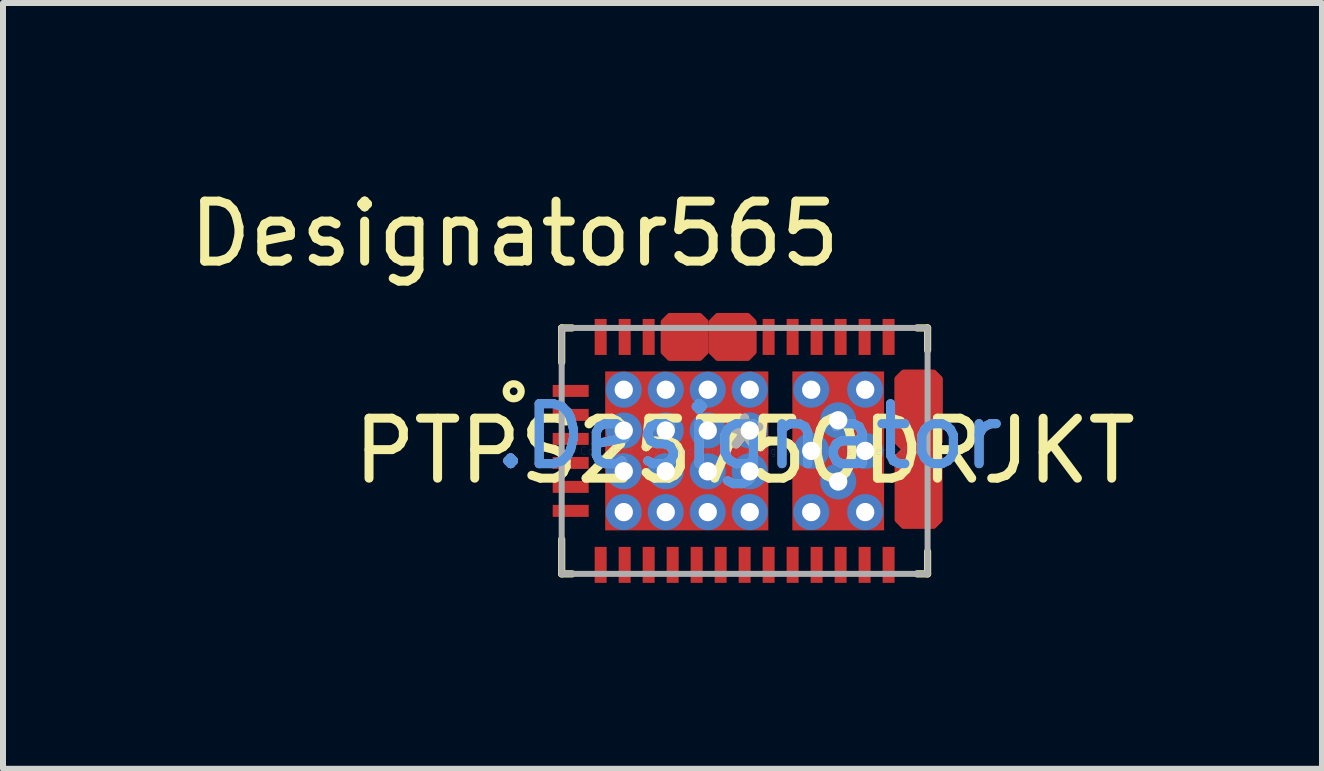
<source format=kicad_pcb>
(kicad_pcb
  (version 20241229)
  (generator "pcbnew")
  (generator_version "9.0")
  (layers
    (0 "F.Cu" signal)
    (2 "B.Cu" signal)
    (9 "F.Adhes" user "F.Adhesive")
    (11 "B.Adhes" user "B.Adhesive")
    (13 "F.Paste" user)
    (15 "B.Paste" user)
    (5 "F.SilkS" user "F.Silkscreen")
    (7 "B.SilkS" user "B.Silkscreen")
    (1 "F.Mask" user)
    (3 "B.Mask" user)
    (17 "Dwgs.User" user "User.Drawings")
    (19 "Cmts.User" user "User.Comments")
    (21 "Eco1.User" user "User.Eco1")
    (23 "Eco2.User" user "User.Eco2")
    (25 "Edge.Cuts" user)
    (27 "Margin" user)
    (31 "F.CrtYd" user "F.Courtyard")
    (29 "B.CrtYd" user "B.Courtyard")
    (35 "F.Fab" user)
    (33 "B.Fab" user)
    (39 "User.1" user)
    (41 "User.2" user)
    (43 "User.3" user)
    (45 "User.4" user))
  (footprint "PTPS25750DRJKT"
    (layer "F.Cu")
    (at 9.364 4.467)
    (property "Reference" "PTPS25750DRJKT" (at 0 0 0) (layer "F.SilkS") (effects (font (size 1 1) (thickness 0.15))))
    (attr through_hole)
    (fp_poly (pts (xy -1.35 -2.15) (xy -1.25 -2.25) (xy -0.75 -2.25) (xy -0.65 -2.15) (xy -0.65 -1.65) (xy -0.75 -1.55) (xy -1.25 -1.55) (xy -1.35 -1.65)) (stroke (width 0.1) (type solid)) (fill yes) (layer "F.Cu"))
    (fp_poly (pts (xy -0.55 -2.15) (xy -0.45 -2.25) (xy 0.05 -2.25) (xy 0.15 -2.15) (xy 0.15 -1.65) (xy 0.05 -1.55) (xy -0.45 -1.55) (xy -0.55 -1.65)) (stroke (width 0.1) (type solid)) (fill yes) (layer "F.Cu"))
    (fp_poly (pts (xy 2.55 -1.203) (xy 2.65 -1.303) (xy 3.15 -1.303) (xy 3.25 -1.203) (xy 3.25 -0.15) (xy 3.15 -0.05) (xy 2.65 -0.05) (xy 2.55 -0.15)) (stroke (width 0.1) (type solid)) (fill yes) (layer "F.Cu"))
    (fp_poly (pts (xy 2.55 -1.203) (xy 2.65 -1.303) (xy 3.15 -1.303) (xy 3.25 -1.203) (xy 3.25 -0.15) (xy 3.15 -0.05) (xy 2.65 -0.05) (xy 2.55 -0.15)) (stroke (width 0.1) (type solid)) (fill yes) (layer "F.Cu"))
    (fp_poly (pts (xy 2.55 0.097) (xy 2.65 -0.003) (xy 3.15 -0.003) (xy 3.25 0.097) (xy 3.25 1.15) (xy 3.15 1.25) (xy 2.65 1.25) (xy 2.55 1.15)) (stroke (width 0.1) (type solid)) (fill yes) (layer "F.Cu"))
    (fp_poly (pts (xy -3.15 -0.75) (xy -2.65 -0.75) (xy -2.55 -0.65) (xy -2.55 -0.55) (xy -2.65 -0.45) (xy -3.15 -0.45) (xy -3.25 -0.55) (xy -3.25 -0.65)) (stroke (width 0.1) (type solid)) (fill yes) (layer "F.Mask"))
    (fp_poly (pts (xy -3.15 -0.05) (xy -3.25 -0.15) (xy -3.25 -0.25) (xy -3.15 -0.35) (xy -2.65 -0.35) (xy -2.55 -0.25) (xy -2.55 -0.15) (xy -2.65 -0.05)) (stroke (width 0.1) (type solid)) (fill yes) (layer "F.Mask"))
    (fp_poly (pts (xy -2.65 0.35) (xy -3.15 0.35) (xy -3.25 0.25) (xy -3.25 0.15) (xy -3.15 0.05) (xy -2.65 0.05) (xy -2.55 0.15) (xy -2.55 0.25)) (stroke (width 0.1) (type solid)) (fill yes) (layer "F.Mask"))
    (fp_poly (pts (xy -2.65 0.45) (xy -2.55 0.55) (xy -2.55 0.65) (xy -2.65 0.75) (xy -3.15 0.75) (xy -3.25 0.65) (xy -3.25 0.55) (xy -3.15 0.45)) (stroke (width 0.1) (type solid)) (fill yes) (layer "F.Mask"))
    (fp_poly (pts (xy -2.65 0.85) (xy -2.55 0.95) (xy -2.55 1.05) (xy -2.65 1.15) (xy -3.15 1.15) (xy -3.25 1.05) (xy -3.25 0.95) (xy -3.15 0.85)) (stroke (width 0.1) (type solid)) (fill yes) (layer "F.Mask"))
    (fp_poly (pts (xy -2.55 -1.65) (xy -2.55 -2.15) (xy -2.45 -2.25) (xy -2.35 -2.25) (xy -2.25 -2.15) (xy -2.25 -1.65) (xy -2.35 -1.55) (xy -2.45 -1.55)) (stroke (width 0.1) (type solid)) (fill yes) (layer "F.Mask"))
    (fp_poly (pts (xy -2.55 -0.95) (xy -2.65 -0.85) (xy -3.15 -0.85) (xy -3.25 -0.95) (xy -3.25 -1.05) (xy -3.15 -1.15) (xy -2.65 -1.15) (xy -2.55 -1.05)) (stroke (width 0.1) (type solid)) (fill yes) (layer "F.Mask"))
    (fp_poly (pts (xy -2.55 1.65) (xy -2.45 1.55) (xy -2.35 1.55) (xy -2.25 1.65) (xy -2.25 2.15) (xy -2.35 2.25) (xy -2.45 2.25) (xy -2.55 2.15)) (stroke (width 0.1) (type solid)) (fill yes) (layer "F.Mask"))
    (fp_poly (pts (xy -2.375 -1.275) (xy -2.275 -1.375) (xy 0.345 -1.375) (xy 0.445 -1.275) (xy 0.445 1.275) (xy 0.345 1.375) (xy -2.275 1.375) (xy -2.375 1.275)) (stroke (width 0.1) (type solid)) (fill yes) (layer "F.Mask"))
    (fp_poly (pts (xy -2.05 2.25) (xy -2.15 2.15) (xy -2.15 1.65) (xy -2.05 1.55) (xy -1.95 1.55) (xy -1.85 1.65) (xy -1.85 2.15) (xy -1.95 2.25)) (stroke (width 0.1) (type solid)) (fill yes) (layer "F.Mask"))
    (fp_poly (pts (xy -1.85 -1.65) (xy -1.95 -1.55) (xy -2.05 -1.55) (xy -2.15 -1.65) (xy -2.15 -2.15) (xy -2.05 -2.25) (xy -1.95 -2.25) (xy -1.85 -2.15)) (stroke (width 0.1) (type solid)) (fill yes) (layer "F.Mask"))
    (fp_poly (pts (xy -1.55 1.55) (xy -1.45 1.65) (xy -1.45 2.15) (xy -1.55 2.25) (xy -1.65 2.25) (xy -1.75 2.15) (xy -1.75 1.65) (xy -1.65 1.55)) (stroke (width 0.1) (type solid)) (fill yes) (layer "F.Mask"))
    (fp_poly (pts (xy -1.45 -2.15) (xy -1.45 -1.65) (xy -1.55 -1.55) (xy -1.65 -1.55) (xy -1.75 -1.65) (xy -1.75 -2.15) (xy -1.65 -2.25) (xy -1.55 -2.25)) (stroke (width 0.1) (type solid)) (fill yes) (layer "F.Mask"))
    (fp_poly (pts (xy -1.05 2.15) (xy -1.15 2.25) (xy -1.25 2.25) (xy -1.35 2.15) (xy -1.35 1.65) (xy -1.25 1.55) (xy -1.15 1.55) (xy -1.05 1.65)) (stroke (width 0.1) (type solid)) (fill yes) (layer "F.Mask"))
    (fp_poly (pts (xy -0.85 1.55) (xy -0.75 1.55) (xy -0.65 1.65) (xy -0.65 2.15) (xy -0.75 2.25) (xy -0.85 2.25) (xy -0.95 2.15) (xy -0.95 1.65)) (stroke (width 0.1) (type solid)) (fill yes) (layer "F.Mask"))
    (fp_poly (pts (xy -0.25 2.15) (xy -0.35 2.25) (xy -0.45 2.25) (xy -0.55 2.15) (xy -0.55 1.65) (xy -0.45 1.55) (xy -0.35 1.55) (xy -0.25 1.65)) (stroke (width 0.1) (type solid)) (fill yes) (layer "F.Mask"))
    (fp_poly (pts (xy 0.15 1.65) (xy 0.15 2.15) (xy 0.05 2.25) (xy -0.05 2.25) (xy -0.15 2.15) (xy -0.15 1.65) (xy -0.05 1.55) (xy 0.05 1.55)) (stroke (width 0.1) (type solid)) (fill yes) (layer "F.Mask"))
    (fp_poly (pts (xy 0.35 -2.25) (xy 0.45 -2.25) (xy 0.55 -2.15) (xy 0.55 -1.65) (xy 0.45 -1.55) (xy 0.35 -1.55) (xy 0.25 -1.65) (xy 0.25 -2.15)) (stroke (width 0.1) (type solid)) (fill yes) (layer "F.Mask"))
    (fp_poly (pts (xy 0.35 1.55) (xy 0.45 1.55) (xy 0.55 1.65) (xy 0.55 2.15) (xy 0.45 2.25) (xy 0.35 2.25) (xy 0.25 2.15) (xy 0.25 1.65)) (stroke (width 0.1) (type solid)) (fill yes) (layer "F.Mask"))
    (fp_poly (pts (xy 0.65 -1.65) (xy 0.65 -2.15) (xy 0.75 -2.25) (xy 0.85 -2.25) (xy 0.95 -2.15) (xy 0.95 -1.65) (xy 0.85 -1.55) (xy 0.75 -1.55)) (stroke (width 0.1) (type solid)) (fill yes) (layer "F.Mask"))
    (fp_poly (pts (xy 0.95 2.15) (xy 0.85 2.25) (xy 0.75 2.25) (xy 0.65 2.15) (xy 0.65 1.65) (xy 0.75 1.55) (xy 0.85 1.55) (xy 0.95 1.65)) (stroke (width 0.1) (type solid)) (fill yes) (layer "F.Mask"))
    (fp_poly (pts (xy 1.05 -1.65) (xy 1.05 -2.15) (xy 1.15 -2.25) (xy 1.25 -2.25) (xy 1.35 -2.15) (xy 1.35 -1.65) (xy 1.25 -1.55) (xy 1.15 -1.55)) (stroke (width 0.1) (type solid)) (fill yes) (layer "F.Mask"))
    (fp_poly (pts (xy 1.25 2.25) (xy 1.15 2.25) (xy 1.05 2.15) (xy 1.05 1.65) (xy 1.15 1.55) (xy 1.25 1.55) (xy 1.35 1.65) (xy 1.35 2.15)) (stroke (width 0.1) (type solid)) (fill yes) (layer "F.Mask"))
    (fp_poly (pts (xy 1.65 1.55) (xy 1.75 1.65) (xy 1.75 2.15) (xy 1.65 2.25) (xy 1.55 2.25) (xy 1.45 2.15) (xy 1.45 1.65) (xy 1.55 1.55)) (stroke (width 0.1) (type solid)) (fill yes) (layer "F.Mask"))
    (fp_poly (pts (xy 1.75 -2.15) (xy 1.75 -1.65) (xy 1.65 -1.55) (xy 1.55 -1.55) (xy 1.45 -1.65) (xy 1.45 -2.15) (xy 1.55 -2.25) (xy 1.65 -2.25)) (stroke (width 0.1) (type solid)) (fill yes) (layer "F.Mask"))
    (fp_poly (pts (xy 1.85 1.65) (xy 1.95 1.55) (xy 2.05 1.55) (xy 2.15 1.65) (xy 2.15 2.15) (xy 2.05 2.25) (xy 1.95 2.25) (xy 1.85 2.15)) (stroke (width 0.1) (type solid)) (fill yes) (layer "F.Mask"))
    (fp_poly (pts (xy 1.95 -2.25) (xy 2.05 -2.25) (xy 2.15 -2.15) (xy 2.15 -1.65) (xy 2.05 -1.55) (xy 1.95 -1.55) (xy 1.85 -1.65) (xy 1.85 -2.15)) (stroke (width 0.1) (type solid)) (fill yes) (layer "F.Mask"))
    (fp_poly (pts (xy 2.25 1.65) (xy 2.35 1.55) (xy 2.45 1.55) (xy 2.55 1.65) (xy 2.55 2.15) (xy 2.45 2.25) (xy 2.35 2.25) (xy 2.25 2.15)) (stroke (width 0.1) (type solid)) (fill yes) (layer "F.Mask"))
    (fp_poly (pts (xy 2.275 -1.375) (xy 2.375 -1.275) (xy 2.375 1.275) (xy 2.275 1.375) (xy 0.845 1.375) (xy 0.745 1.275) (xy 0.745 -1.275) (xy 0.845 -1.375)) (stroke (width 0.1) (type solid)) (fill yes) (layer "F.Mask"))
    (fp_poly (pts (xy 2.55 -1.65) (xy 2.45 -1.55) (xy 2.35 -1.55) (xy 2.25 -1.65) (xy 2.25 -2.15) (xy 2.35 -2.25) (xy 2.45 -2.25) (xy 2.55 -2.15)) (stroke (width 0.1) (type solid)) (fill yes) (layer "F.Mask"))
    (fp_poly (pts (xy -0.85 -2.2) (xy -0.75 -2.2) (xy -0.7 -2.15) (xy -0.7 -1.65) (xy -0.75 -1.6) (xy -1.25 -1.6) (xy -1.3 -1.65) (xy -1.3 -2.15) (xy -1.25 -2.2) (xy -1.15 -2.2) (xy -1.1 -2.15) (xy -1.1 -1.925) (xy -1.05 -1.875) (xy -0.95 -1.875) (xy -0.9 -1.925) (xy -0.9 -2.15)) (stroke (width 0.1) (type solid)) (fill yes) (layer "F.Mask"))
    (fp_poly (pts (xy -0.05 -2.2) (xy 0.05 -2.2) (xy 0.1 -2.15) (xy 0.1 -1.65) (xy 0.05 -1.6) (xy -0.45 -1.6) (xy -0.5 -1.65) (xy -0.5 -2.15) (xy -0.45 -2.2) (xy -0.35 -2.2) (xy -0.3 -2.15) (xy -0.3 -1.925) (xy -0.25 -1.875) (xy -0.15 -1.875) (xy -0.1 -1.925) (xy -0.1 -2.15)) (stroke (width 0.1) (type solid)) (fill yes) (layer "F.Mask"))
    (fp_poly (pts (xy 2.9 -0.1) (xy 2.65 -0.1) (xy 2.6 -0.15) (xy 2.6 -1.203) (xy 2.65 -1.253) (xy 3.15 -1.253) (xy 3.2 -1.203) (xy 3.2 -1.05) (xy 3.15 -1) (xy 2.925 -1) (xy 2.875 -0.95) (xy 2.875 -0.8) (xy 2.925 -0.75) (xy 3.15 -0.75) (xy 3.2 -0.7) (xy 3.2 -0.6) (xy 3.15 -0.55) (xy 2.925 -0.55) (xy 2.875 -0.5) (xy 2.875 -0.35) (xy 2.925 -0.3) (xy 3.15 -0.3) (xy 3.2 -0.25) (xy 3.2 -0.15) (xy 3.15 -0.1)) (stroke (width 0.1) (type solid)) (fill yes) (layer "F.Mask"))
    (fp_poly (pts (xy 2.9 0.1) (xy 2.65 0.1) (xy 2.6 0.15) (xy 2.6 1.203) (xy 2.65 1.253) (xy 3.15 1.253) (xy 3.2 1.203) (xy 3.2 1.05) (xy 3.15 1) (xy 2.925 1) (xy 2.875 0.95) (xy 2.875 0.8) (xy 2.925 0.75) (xy 3.15 0.75) (xy 3.2 0.7) (xy 3.2 0.6) (xy 3.15 0.55) (xy 2.925 0.55) (xy 2.875 0.5) (xy 2.875 0.35) (xy 2.925 0.3) (xy 3.15 0.3) (xy 3.2 0.25) (xy 3.2 0.15) (xy 3.15 0.1)) (stroke (width 0.1) (type solid)) (fill yes) (layer "F.Mask"))
    (fp_line (start -3.05 -2.05) (end -2.875 -2.05) (stroke (width 0.12) (type solid)) (layer "F.SilkS"))
    (fp_line (start -3.05 -1.475) (end -3.05 -2.05) (stroke (width 0.12) (type solid)) (layer "F.SilkS"))
    (fp_line (start -3.05 2.05) (end -3.05 1.475) (stroke (width 0.12) (type solid)) (layer "F.SilkS"))
    (fp_line (start -3.05 2.05) (end -2.875 2.05) (stroke (width 0.12) (type solid)) (layer "F.SilkS"))
    (fp_line (start 2.875 -2.05) (end 3.05 -2.05) (stroke (width 0.12) (type solid)) (layer "F.SilkS"))
    (fp_line (start 2.875 2.05) (end 3.05 2.05) (stroke (width 0.12) (type solid)) (layer "F.SilkS"))
    (fp_line (start 3.05 -1.678) (end 3.05 -2.05) (stroke (width 0.12) (type solid)) (layer "F.SilkS"))
    (fp_line (start 3.05 2.05) (end 3.05 1.678) (stroke (width 0.12) (type solid)) (layer "F.SilkS"))
    (fp_circle (center -3.85 -0.994) (end -3.725 -0.994) (stroke (width 0.12) (type solid)) (fill no) (layer "F.SilkS"))
    (fp_poly (pts (xy -2.265 0.155) (xy -2.215 0.105) (xy -1.115 0.105) (xy -1.065 0.155) (xy -1.065 1.225) (xy -1.115 1.275) (xy -2.215 1.275) (xy -2.265 1.225)) (stroke (width 0.1) (type solid)) (fill yes) (layer "F.Paste"))
    (fp_poly (pts (xy -1.065 -0.155) (xy -1.115 -0.105) (xy -2.215 -0.105) (xy -2.265 -0.155) (xy -2.265 -1.225) (xy -2.215 -1.275) (xy -1.115 -1.275) (xy -1.065 -1.225)) (stroke (width 0.1) (type solid)) (fill yes) (layer "F.Paste"))
    (fp_poly (pts (xy -0.815 -0.105) (xy -0.865 -0.155) (xy -0.865 -1.225) (xy -0.815 -1.275) (xy 0.285 -1.275) (xy 0.335 -1.225) (xy 0.335 -0.155) (xy 0.285 -0.105)) (stroke (width 0.1) (type solid)) (fill yes) (layer "F.Paste"))
    (fp_poly (pts (xy -0.815 1.275) (xy -0.865 1.225) (xy -0.865 0.155) (xy -0.815 0.105) (xy 0.285 0.105) (xy 0.335 0.155) (xy 0.335 1.225) (xy 0.285 1.275)) (stroke (width 0.1) (type solid)) (fill yes) (layer "F.Paste"))
    (fp_poly (pts (xy 2.185 0.105) (xy 2.235 0.155) (xy 2.235 1.225) (xy 2.185 1.275) (xy 0.935 1.275) (xy 0.885 1.225) (xy 0.885 0.155) (xy 0.935 0.105)) (stroke (width 0.1) (type solid)) (fill yes) (layer "F.Paste"))
    (fp_poly (pts (xy 2.235 -0.155) (xy 2.185 -0.105) (xy 0.935 -0.105) (xy 0.885 -0.155) (xy 0.885 -1.225) (xy 0.935 -1.275) (xy 2.185 -1.275) (xy 2.235 -1.225)) (stroke (width 0.1) (type solid)) (fill yes) (layer "F.Paste"))
    (fp_poly (pts (xy -0.85 -2.2) (xy -0.75 -2.2) (xy -0.7 -2.15) (xy -0.7 -1.65) (xy -0.75 -1.6) (xy -1.25 -1.6) (xy -1.3 -1.65) (xy -1.3 -2.15) (xy -1.25 -2.2) (xy -1.15 -2.2) (xy -1.1 -2.15) (xy -1.1 -1.925) (xy -1.05 -1.875) (xy -0.95 -1.875) (xy -0.9 -1.925) (xy -0.9 -2.15)) (stroke (width 0.1) (type solid)) (fill yes) (layer "F.Paste"))
    (fp_poly (pts (xy -0.05 -2.2) (xy 0.05 -2.2) (xy 0.1 -2.15) (xy 0.1 -1.65) (xy 0.05 -1.6) (xy -0.45 -1.6) (xy -0.5 -1.65) (xy -0.5 -2.15) (xy -0.45 -2.2) (xy -0.35 -2.2) (xy -0.3 -2.15) (xy -0.3 -1.925) (xy -0.25 -1.875) (xy -0.15 -1.875) (xy -0.1 -1.925) (xy -0.1 -2.15)) (stroke (width 0.1) (type solid)) (fill yes) (layer "F.Paste"))
    (fp_poly (pts (xy 2.9 -0.1) (xy 2.65 -0.1) (xy 2.6 -0.15) (xy 2.6 -1.203) (xy 2.65 -1.253) (xy 3.15 -1.253) (xy 3.2 -1.203) (xy 3.2 -1.05) (xy 3.15 -1) (xy 2.925 -1) (xy 2.875 -0.95) (xy 2.875 -0.8) (xy 2.925 -0.75) (xy 3.15 -0.75) (xy 3.2 -0.7) (xy 3.2 -0.6) (xy 3.15 -0.55) (xy 2.925 -0.55) (xy 2.875 -0.5) (xy 2.875 -0.35) (xy 2.925 -0.3) (xy 3.15 -0.3) (xy 3.2 -0.25) (xy 3.2 -0.15) (xy 3.15 -0.1)) (stroke (width 0.1) (type solid)) (fill yes) (layer "F.Paste"))
    (fp_poly (pts (xy 2.9 0.1) (xy 2.65 0.1) (xy 2.6 0.15) (xy 2.6 1.203) (xy 2.65 1.253) (xy 3.15 1.253) (xy 3.2 1.203) (xy 3.2 1.05) (xy 3.15 1) (xy 2.925 1) (xy 2.875 0.95) (xy 2.875 0.8) (xy 2.925 0.75) (xy 3.15 0.75) (xy 3.2 0.7) (xy 3.2 0.6) (xy 3.15 0.55) (xy 2.925 0.55) (xy 2.875 0.5) (xy 2.875 0.35) (xy 2.925 0.3) (xy 3.15 0.3) (xy 3.2 0.25) (xy 3.2 0.15) (xy 3.15 0.1)) (stroke (width 0.1) (type solid)) (fill yes) (layer "F.Paste"))
    (fp_line (start -3.05 -2.05) (end 3.05 -2.05) (stroke (width 0.1) (type solid)) (layer "F.Fab"))
    (fp_line (start -3.05 2.05) (end -3.05 -2.05) (stroke (width 0.1) (type solid)) (layer "F.Fab"))
    (fp_line (start -3.05 2.05) (end 3.05 2.05) (stroke (width 0.1) (type solid)) (layer "F.Fab"))
    (fp_line (start 3.05 2.05) (end 3.05 -2.05) (stroke (width 0.1) (type solid)) (layer "F.Fab"))
    (fp_text user "Designator565" (at -3.835 -3.619 0) (layer "F.SilkS") (effects (font (size 1 1) (thickness 0.15))))
    (fp_text user "*" (at 0 0 0) (layer "F.SilkS") (effects (font (size 1 1) (thickness 0.15))))
    (fp_text user "Copyright 2021 Accelerated Designs. All rights reserved." (at 0 0 0) (layer "Cmts.User") (effects (font (size 0.127 0.127) (thickness 0.002))))
    (fp_text user ".Designator" (at 0.075 -0.242 0) (layer "Cmts.User") (effects (font (size 1 1) (thickness 0.15))))
    (fp_text user ".Designator" (at 0.075 -0.242 0) (layer "F.Fab") (effects (font (size 1 1) (thickness 0.15))))
    (fp_text user "*" (at 0 0 0) (layer "F.Fab") (effects (font (size 1 1) (thickness 0.15))))
    (pad "1" smd rect (at -2.9 -1) (size 0.6 0.2) (layers "F.Cu" "F.Paste"))
    (pad "2" smd rect (at -2.9 -0.6) (size 0.6 0.2) (layers "F.Cu" "F.Paste"))
    (pad "3" smd rect (at -2.9 -0.2) (size 0.6 0.2) (layers "F.Cu" "F.Paste"))
    (pad "4" smd rect (at -2.9 0.2) (size 0.6 0.2) (layers "F.Cu" "F.Paste"))
    (pad "5" smd rect (at -2.9 0.6) (size 0.6 0.2) (layers "F.Cu" "F.Paste"))
    (pad "6" smd rect (at -2.9 1) (size 0.6 0.2) (layers "F.Cu" "F.Paste"))
    (pad "7" smd rect (at -2.4 1.9) (size 0.2 0.6) (layers "F.Cu" "F.Paste"))
    (pad "8" smd rect (at -2 1.9) (size 0.2 0.6) (layers "F.Cu" "F.Paste"))
    (pad "9" smd rect (at -1.6 1.9) (size 0.2 0.6) (layers "F.Cu" "F.Paste"))
    (pad "10" smd rect (at -1.2 1.9) (size 0.2 0.6) (layers "F.Cu" "F.Paste"))
    (pad "11" smd rect (at -0.8 1.9) (size 0.2 0.6) (layers "F.Cu" "F.Paste"))
    (pad "12" smd rect (at -0.4 1.9) (size 0.2 0.6) (layers "F.Cu" "F.Paste"))
    (pad "13" smd rect (at 0 1.9) (size 0.2 0.6) (layers "F.Cu" "F.Paste"))
    (pad "14" smd rect (at 0.4 1.9) (size 0.2 0.6) (layers "F.Cu" "F.Paste"))
    (pad "15" smd rect (at 0.8 1.9) (size 0.2 0.6) (layers "F.Cu" "F.Paste"))
    (pad "16" smd rect (at 1.2 1.9) (size 0.2 0.6) (layers "F.Cu" "F.Paste"))
    (pad "17" smd rect (at 1.6 1.9) (size 0.2 0.6) (layers "F.Cu" "F.Paste"))
    (pad "18" smd rect (at 2 1.9) (size 0.2 0.6) (layers "F.Cu" "F.Paste"))
    (pad "19" smd rect (at 2.4 1.9) (size 0.2 0.6) (layers "F.Cu" "F.Paste"))
    (pad "20" smd rect (at 2.8 1.1) (size 0.4 0.2) (layers "F.Cu"))
    (pad "21" smd rect (at 2.8 0.65) (size 0.4 0.2) (layers "F.Cu"))
    (pad "22" smd rect (at 2.8 0.2) (size 0.4 0.2) (layers "F.Cu"))
    (pad "23" smd rect (at 2.8 -0.2) (size 0.4 0.2) (layers "F.Cu"))
    (pad "24" smd rect (at 2.8 -0.65) (size 0.4 0.2) (layers "F.Cu"))
    (pad "25" smd rect (at 2.8 -1.1) (size 0.4 0.2) (layers "F.Cu"))
    (pad "26" smd rect (at 2.4 -1.9) (size 0.2 0.6) (layers "F.Cu" "F.Paste"))
    (pad "27" smd rect (at 2 -1.9) (size 0.2 0.6) (layers "F.Cu" "F.Paste"))
    (pad "28" smd rect (at 1.6 -1.9) (size 0.2 0.6) (layers "F.Cu" "F.Paste"))
    (pad "29" smd rect (at 1.2 -1.9) (size 0.2 0.6) (layers "F.Cu" "F.Paste"))
    (pad "30" smd rect (at 0.8 -1.9) (size 0.2 0.6) (layers "F.Cu" "F.Paste"))
    (pad "31" smd rect (at 0.4 -1.9) (size 0.2 0.6) (layers "F.Cu" "F.Paste"))
    (pad "32" smd rect (at 0 -1.8) (size 0.2 0.4) (layers "F.Cu"))
    (pad "33" smd rect (at -0.4 -1.8) (size 0.2 0.4) (layers "F.Cu"))
    (pad "34" smd rect (at -0.8 -1.8) (size 0.2 0.4) (layers "F.Cu"))
    (pad "35" smd rect (at -1.2 -1.8) (size 0.2 0.4) (layers "F.Cu"))
    (pad "36" smd rect (at -1.6 -1.9) (size 0.2 0.6) (layers "F.Cu" "F.Paste"))
    (pad "37" smd rect (at -2 -1.9) (size 0.2 0.6) (layers "F.Cu" "F.Paste"))
    (pad "38" smd rect (at -2.4 -1.9) (size 0.2 0.6) (layers "F.Cu" "F.Paste"))
    (pad "39" smd rect (at -0.965 0) (size 2.72 2.65) (layers "F.Cu"))
    (pad "40" smd rect (at 1.56 0) (size 1.53 2.65) (layers "F.Cu"))
    (pad "41" thru_hole circle (at -2.015 -1.02) (size 0.6 0.6) (drill 0.305) (layers "*.Cu" "*.Mask"))
    (pad "42" thru_hole circle (at -1.315 -1.02) (size 0.6 0.6) (drill 0.305) (layers "*.Cu" "*.Mask"))
    (pad "43" thru_hole circle (at -0.615 -1.02) (size 0.6 0.6) (drill 0.305) (layers "*.Cu" "*.Mask"))
    (pad "44" thru_hole circle (at 0.085 -1.02) (size 0.6 0.6) (drill 0.305) (layers "*.Cu" "*.Mask"))
    (pad "45" thru_hole circle (at -2.015 -0.34) (size 0.6 0.6) (drill 0.305) (layers "*.Cu" "*.Mask"))
    (pad "46" thru_hole circle (at -1.315 -0.34) (size 0.6 0.6) (drill 0.305) (layers "*.Cu" "*.Mask"))
    (pad "47" thru_hole circle (at -0.615 -0.34) (size 0.6 0.6) (drill 0.305) (layers "*.Cu" "*.Mask"))
    (pad "48" thru_hole circle (at 0.085 -0.34) (size 0.6 0.6) (drill 0.305) (layers "*.Cu" "*.Mask"))
    (pad "49" thru_hole circle (at -2.015 0.34) (size 0.6 0.6) (drill 0.305) (layers "*.Cu" "*.Mask"))
    (pad "50" thru_hole circle (at -1.315 0.34) (size 0.6 0.6) (drill 0.305) (layers "*.Cu" "*.Mask"))
    (pad "51" thru_hole circle (at -0.615 0.34) (size 0.6 0.6) (drill 0.305) (layers "*.Cu" "*.Mask"))
    (pad "52" thru_hole circle (at 0.085 0.34) (size 0.6 0.6) (drill 0.305) (layers "*.Cu" "*.Mask"))
    (pad "53" thru_hole circle (at -2.015 1.02) (size 0.6 0.6) (drill 0.305) (layers "*.Cu" "*.Mask"))
    (pad "54" thru_hole circle (at -1.315 1.02) (size 0.6 0.6) (drill 0.305) (layers "*.Cu" "*.Mask"))
    (pad "55" thru_hole circle (at -0.615 1.02) (size 0.6 0.6) (drill 0.305) (layers "*.Cu" "*.Mask"))
    (pad "56" thru_hole circle (at 0.085 1.02) (size 0.6 0.6) (drill 0.305) (layers "*.Cu" "*.Mask"))
    (pad "57" thru_hole circle (at 1.56 -0.51) (size 0.6 0.6) (drill 0.305) (layers "*.Cu" "*.Mask"))
    (pad "58" thru_hole circle (at 1.56 0.51) (size 0.6 0.6) (drill 0.305) (layers "*.Cu" "*.Mask"))
    (pad "59" thru_hole circle (at 2.01 0) (size 0.6 0.6) (drill 0.305) (layers "*.Cu" "*.Mask"))
    (pad "60" thru_hole circle (at 1.11 0) (size 0.6 0.6) (drill 0.305) (layers "*.Cu" "*.Mask"))
    (pad "61" thru_hole circle (at 1.11 -1.02) (size 0.6 0.6) (drill 0.305) (layers "*.Cu" "*.Mask"))
    (pad "62" thru_hole circle (at 2.01 -1.02) (size 0.6 0.6) (drill 0.305) (layers "*.Cu" "*.Mask"))
    (pad "63" thru_hole circle (at 1.11 1.02) (size 0.6 0.6) (drill 0.305) (layers "*.Cu" "*.Mask"))
    (pad "64" thru_hole circle (at 2.01 1.02) (size 0.6 0.6) (drill 0.305) (layers "*.Cu" "*.Mask")))
  (gr_rect
    (start -3 -3)
    (end 18.989 9.767)
    (stroke (width 0.1) (type default))
    (fill no)
    (layer "Edge.Cuts")))
</source>
